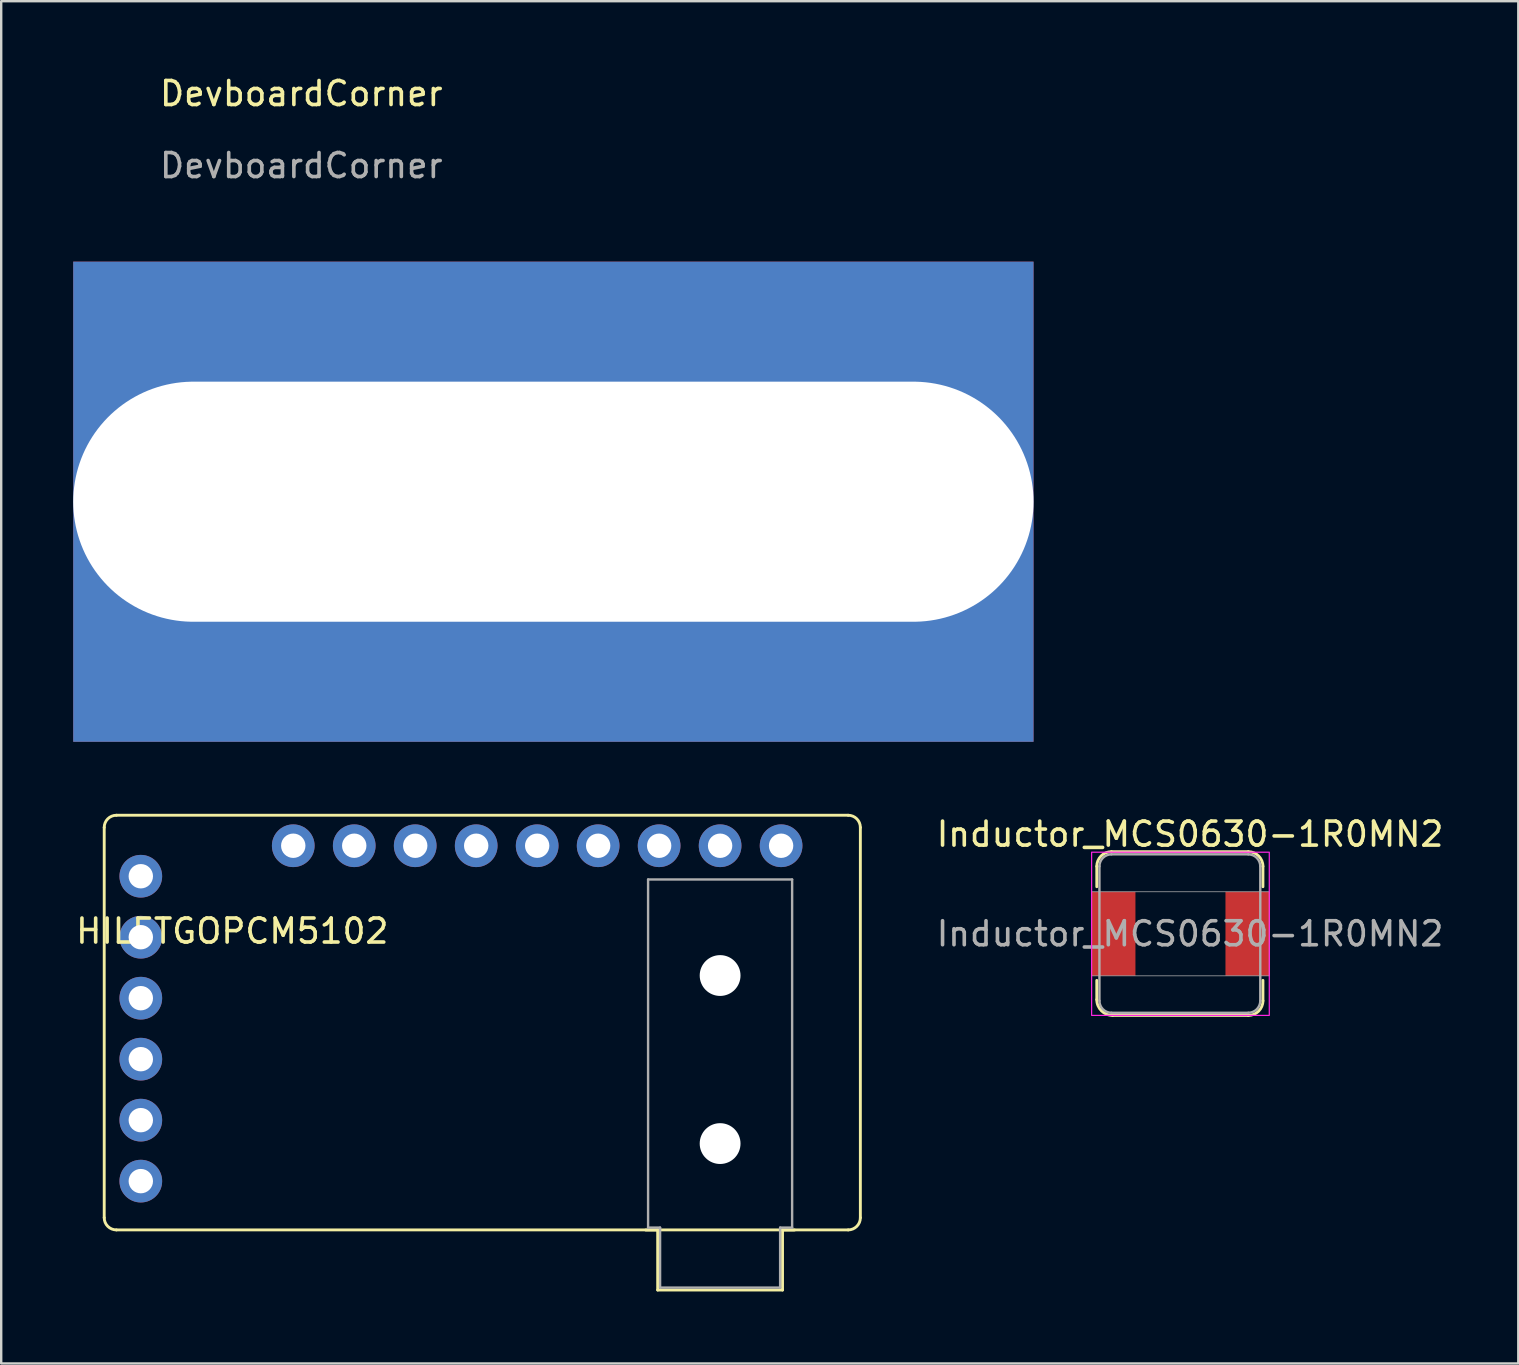
<source format=kicad_pcb>
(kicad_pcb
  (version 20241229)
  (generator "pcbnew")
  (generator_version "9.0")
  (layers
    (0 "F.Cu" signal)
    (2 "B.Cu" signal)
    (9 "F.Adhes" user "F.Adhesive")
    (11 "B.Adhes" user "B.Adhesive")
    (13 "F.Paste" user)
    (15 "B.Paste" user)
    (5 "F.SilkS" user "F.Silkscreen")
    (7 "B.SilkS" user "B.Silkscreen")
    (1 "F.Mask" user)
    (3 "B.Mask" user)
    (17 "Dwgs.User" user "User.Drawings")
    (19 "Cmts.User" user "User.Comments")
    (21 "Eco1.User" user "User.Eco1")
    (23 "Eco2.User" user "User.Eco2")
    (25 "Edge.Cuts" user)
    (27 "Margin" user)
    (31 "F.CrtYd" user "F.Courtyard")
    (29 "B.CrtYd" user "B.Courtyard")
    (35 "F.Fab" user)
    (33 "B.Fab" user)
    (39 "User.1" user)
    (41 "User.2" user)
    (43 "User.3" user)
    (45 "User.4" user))
  (footprint "DevboardCorner"
    (layer "F.Cu")
    (at 9.5 1.348)
    (property "Reference" "DevboardCorner" (at 0 -0.5 0) (unlocked yes) (layer "F.SilkS") (effects (font (size 1 1) (thickness 0.15))))
    (attr through_hole)
    (fp_text user "${REFERENCE}" (at 0 2.5 0) (unlocked yes) (layer "F.Fab") (effects (font (size 1 1) (thickness 0.15))))
    (pad "" thru_hole trapezoid (at 10.5 16.5) (size 40 20) (drill oval 40 10) (property pad_prop_castellated) (layers "*.Cu" "*.Mask")))
  (footprint "Inductor_MCS0630-1R0MN2"
    (layer "F.Cu")
    (at 46.12 39.246)
    (property "Reference" "Inductor_MCS0630-1R0MN2" (at 0.4 -7.55 0) (layer "F.SilkS") (effects (font (size 1 1) (thickness 0.15))))
    (attr smd)
    (fp_line (start -3.485 -5.36) (end -3.485 -6.21) (stroke (width 0.12) (type solid)) (layer "F.SilkS"))
    (fp_line (start -3.485 -0.66) (end -3.485 -1.46) (stroke (width 0.12) (type solid)) (layer "F.SilkS"))
    (fp_line (start -2.875 -6.82) (end 2.825 -6.82) (stroke (width 0.12) (type solid)) (layer "F.SilkS"))
    (fp_line (start 2.825 0) (end -2.825 0) (stroke (width 0.12) (type solid)) (layer "F.SilkS"))
    (fp_line (start 3.435 -6.21) (end 3.435 -5.36) (stroke (width 0.12) (type solid)) (layer "F.SilkS"))
    (fp_line (start 3.435 -1.46) (end 3.435 -0.61) (stroke (width 0.12) (type solid)) (layer "F.SilkS"))
    (fp_arc (start -3.485 -6.21) (mid -3.306335 -6.641335) (end -2.875 -6.82) (stroke (width 0.12) (type solid)) (layer "F.SilkS"))
    (fp_arc (start -2.825 0) (mid -3.29169 -0.19331) (end -3.485 -0.66) (stroke (width 0.12) (type solid)) (layer "F.SilkS"))
    (fp_arc (start 2.825 -6.82) (mid 3.256335 -6.641335) (end 3.435 -6.21) (stroke (width 0.12) (type solid)) (layer "F.SilkS"))
    (fp_arc (start 3.435 -0.61) (mid 3.256335 -0.178665) (end 2.825 0) (stroke (width 0.12) (type solid)) (layer "F.SilkS"))
    (fp_rect (start -3.7 -6.8) (end 3.7 0) (stroke (width 0.05) (type solid)) (fill no) (layer "F.CrtYd"))
    (fp_line (start -3.375 -0.61) (end -3.375 -6.21) (stroke (width 0.1) (type solid)) (layer "F.Fab"))
    (fp_line (start -2.875 -6.71) (end 2.825 -6.71) (stroke (width 0.1) (type solid)) (layer "F.Fab"))
    (fp_line (start 2.825 -0.11) (end -2.875 -0.11) (stroke (width 0.1) (type solid)) (layer "F.Fab"))
    (fp_line (start 3.325 -6.21) (end 3.325 -0.61) (stroke (width 0.1) (type solid)) (layer "F.Fab"))
    (fp_rect (start -3.7 -5.15) (end 3.7 -1.65) (stroke (width 0.03) (type solid)) (fill no) (layer "F.Fab"))
    (fp_arc (start -3.375 -6.21) (mid -3.228553 -6.563553) (end -2.875 -6.71) (stroke (width 0.1) (type solid)) (layer "F.Fab"))
    (fp_arc (start -2.875 -0.11) (mid -3.228553 -0.256447) (end -3.375 -0.61) (stroke (width 0.1) (type solid)) (layer "F.Fab"))
    (fp_arc (start 2.825 -6.71) (mid 3.178553 -6.563553) (end 3.325 -6.21) (stroke (width 0.1) (type solid)) (layer "F.Fab"))
    (fp_arc (start 3.325 -0.61) (mid 3.178553 -0.256447) (end 2.825 -0.11) (stroke (width 0.1) (type solid)) (layer "F.Fab"))
    (fp_text user "${REFERENCE}" (at 0.4 -3.4 0) (layer "F.Fab") (effects (font (size 1 1) (thickness 0.15))))
    (pad "1" smd rect (at -2.8 -3.4) (size 1.85 3.5) (layers "F.Cu" "F.Mask" "F.Paste"))
    (pad "2" smd rect (at 2.8 -3.4) (size 1.85 3.5) (layers "F.Cu" "F.Mask" "F.Paste")))
  (footprint "HILETGOPCM5102"
    (layer "F.Cu")
    (at 20.595 43.608)
    (property "Reference" "HILETGOPCM5102" (at -13.97 -7.874 0) (layer "F.SilkS") (effects (font (size 1 1) (thickness 0.15))))
    (attr through_hole)
    (fp_line (start -19.304 4.064) (end -19.304 -12.192) (stroke (width 0.12) (type solid)) (layer "F.SilkS"))
    (fp_line (start -18.796 -12.7) (end 11.684 -12.7) (stroke (width 0.12) (type solid)) (layer "F.SilkS"))
    (fp_line (start 3.75 4.576) (end 3.25 4.576) (stroke (width 0.12) (type solid)) (layer "F.SilkS"))
    (fp_line (start 3.75 7.076) (end 3.75 4.576) (stroke (width 0.12) (type solid)) (layer "F.SilkS"))
    (fp_line (start 8.95 4.576) (end 8.95 7.076) (stroke (width 0.12) (type solid)) (layer "F.SilkS"))
    (fp_line (start 8.95 7.076) (end 3.75 7.076) (stroke (width 0.12) (type solid)) (layer "F.SilkS"))
    (fp_line (start 9.45 4.576) (end 8.95 4.576) (stroke (width 0.12) (type solid)) (layer "F.SilkS"))
    (fp_line (start 11.684 4.572) (end -18.796 4.572) (stroke (width 0.12) (type solid)) (layer "F.SilkS"))
    (fp_line (start 12.192 -12.192) (end 12.192 4.064) (stroke (width 0.12) (type solid)) (layer "F.SilkS"))
    (fp_arc (start -19.304 -12.192) (mid -19.15521 -12.55121) (end -18.796 -12.7) (stroke (width 0.12) (type solid)) (layer "F.SilkS"))
    (fp_arc (start -18.796 4.572) (mid -19.15521 4.42321) (end -19.304 4.064) (stroke (width 0.12) (type solid)) (layer "F.SilkS"))
    (fp_arc (start 11.684 -12.7) (mid 12.04321 -12.55121) (end 12.192 -12.192) (stroke (width 0.12) (type solid)) (layer "F.SilkS"))
    (fp_arc (start 12.192 4.064) (mid 12.04321 4.42321) (end 11.684 4.572) (stroke (width 0.12) (type solid)) (layer "F.SilkS"))
    (fp_line (start 3.35 -10.024) (end 9.35 -10.024) (stroke (width 0.1) (type solid)) (layer "F.Fab"))
    (fp_line (start 3.35 4.476) (end 3.35 -10.024) (stroke (width 0.1) (type solid)) (layer "F.Fab"))
    (fp_line (start 3.85 4.476) (end 3.35 4.476) (stroke (width 0.1) (type solid)) (layer "F.Fab"))
    (fp_line (start 3.85 6.976) (end 3.85 4.476) (stroke (width 0.1) (type solid)) (layer "F.Fab"))
    (fp_line (start 8.85 4.476) (end 8.85 6.976) (stroke (width 0.1) (type solid)) (layer "F.Fab"))
    (fp_line (start 8.85 6.976) (end 3.85 6.976) (stroke (width 0.1) (type solid)) (layer "F.Fab"))
    (fp_line (start 9.35 -10.024) (end 9.35 4.476) (stroke (width 0.1) (type solid)) (layer "F.Fab"))
    (fp_line (start 9.35 4.476) (end 8.85 4.476) (stroke (width 0.1) (type solid)) (layer "F.Fab"))
    (pad "" np_thru_hole circle (at 6.35 -6.024 180) (size 1.7 1.7) (drill 1.7) (layers "*.Cu" "*.Mask"))
    (pad "" np_thru_hole circle (at 6.35 0.976 180) (size 1.7 1.7) (drill 1.7) (layers "*.Cu" "*.Mask"))
    (pad "1" thru_hole circle (at -17.78 -10.16) (size 1.778 1.778) (drill 1.016) (layers "*.Cu" "*.Mask"))
    (pad "2" thru_hole circle (at -17.78 -7.62) (size 1.778 1.778) (drill 1.016) (layers "*.Cu" "*.Mask"))
    (pad "3" thru_hole circle (at -17.78 -5.08) (size 1.778 1.778) (drill 1.016) (layers "*.Cu" "*.Mask"))
    (pad "4" thru_hole circle (at -17.78 -2.54) (size 1.778 1.778) (drill 1.016) (layers "*.Cu" "*.Mask"))
    (pad "5" thru_hole circle (at -17.78 0) (size 1.778 1.778) (drill 1.016) (layers "*.Cu" "*.Mask"))
    (pad "6" thru_hole circle (at -17.78 2.54) (size 1.778 1.778) (drill 1.016) (layers "*.Cu" "*.Mask"))
    (pad "7" thru_hole circle (at -11.43 -11.43) (size 1.778 1.778) (drill 1.016) (layers "*.Cu" "*.Mask"))
    (pad "8" thru_hole circle (at -8.89 -11.43) (size 1.778 1.778) (drill 1.016) (layers "*.Cu" "*.Mask"))
    (pad "9" thru_hole circle (at -6.35 -11.43) (size 1.778 1.778) (drill 1.016) (layers "*.Cu" "*.Mask"))
    (pad "10" thru_hole circle (at -3.81 -11.43) (size 1.778 1.778) (drill 1.016) (layers "*.Cu" "*.Mask"))
    (pad "11" thru_hole circle (at -1.27 -11.43) (size 1.778 1.778) (drill 1.016) (layers "*.Cu" "*.Mask"))
    (pad "12" thru_hole circle (at 1.27 -11.43) (size 1.778 1.778) (drill 1.016) (layers "*.Cu" "*.Mask"))
    (pad "13" thru_hole circle (at 3.81 -11.43) (size 1.778 1.778) (drill 1.016) (layers "*.Cu" "*.Mask"))
    (pad "14" thru_hole circle (at 6.35 -11.43) (size 1.778 1.778) (drill 1.016) (layers "*.Cu" "*.Mask"))
    (pad "15" thru_hole circle (at 8.89 -11.43) (size 1.778 1.778) (drill 1.016) (layers "*.Cu" "*.Mask")))
  (gr_rect
    (start -3 -3)
    (end 60.192 53.744)
    (stroke (width 0.1) (type default))
    (fill no)
    (layer "Edge.Cuts")))
</source>
